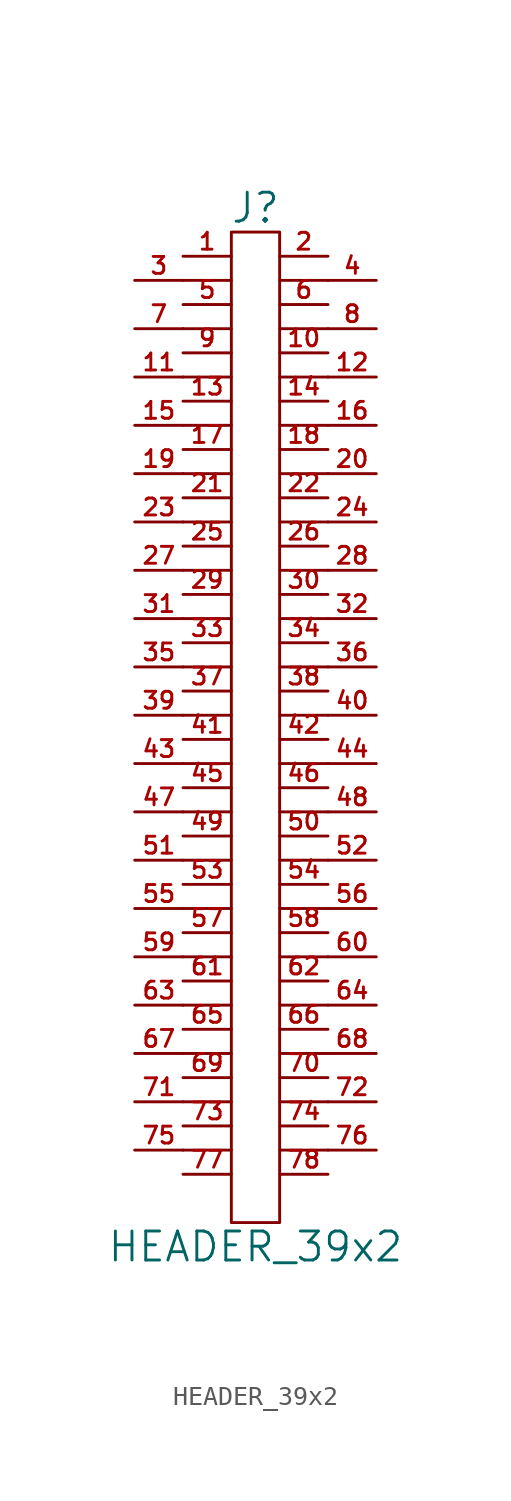
<source format=kicad_sym>
(kicad_symbol_lib
  (version 20211014)
  (generator kicad_symbol_editor)
  (symbol "HEADER_39x2"
    (pin_names
      (offset 0))
    (property "Reference" "J"
      (at 0 26.67 0)
      (effects (font (size 1.524 1.524))))
    (property "Value" "HEADER_39x2"
      (at 0 -27.94 0)
      (effects (font (size 1.524 1.524))))
    (property "Footprint" ""
      (at 0 0 0)
      (effects (font (size 1.524 1.524))))
    (property "Datasheet" ""
      (at 0 0 0)
      (effects (font (size 1.524 1.524))))
    (symbol "HEADER_39x2_0_1"
      (rectangle (start -1.27 25.4) (end 1.27 -26.67) (stroke (width 0) (type default) (color 0 0 0 0)) (fill (type none)))
      (polyline (pts (xy -3.81 -22.86) (xy -1.27 -22.86)) (stroke (width 0) (type default) (color 0 0 0 0)) (fill (type none)))
      (polyline (pts (xy -3.81 -20.32) (xy -1.27 -20.32)) (stroke (width 0) (type default) (color 0 0 0 0)) (fill (type none)))
      (polyline (pts (xy -3.81 -17.78) (xy -1.27 -17.78)) (stroke (width 0) (type default) (color 0 0 0 0)) (fill (type none)))
      (polyline (pts (xy -3.81 -15.24) (xy -1.27 -15.24)) (stroke (width 0) (type default) (color 0 0 0 0)) (fill (type none)))
      (polyline (pts (xy -3.81 -12.7) (xy -1.27 -12.7)) (stroke (width 0) (type default) (color 0 0 0 0)) (fill (type none)))
      (polyline (pts (xy -3.81 -10.16) (xy -1.27 -10.16)) (stroke (width 0) (type default) (color 0 0 0 0)) (fill (type none)))
      (polyline (pts (xy -3.81 -7.62) (xy -1.27 -7.62)) (stroke (width 0) (type default) (color 0 0 0 0)) (fill (type none)))
      (polyline (pts (xy -3.81 -5.08) (xy -1.27 -5.08)) (stroke (width 0) (type default) (color 0 0 0 0)) (fill (type none)))
      (polyline (pts (xy -3.81 -2.54) (xy -1.27 -2.54)) (stroke (width 0) (type default) (color 0 0 0 0)) (fill (type none)))
      (polyline (pts (xy -3.81 0) (xy -1.27 0)) (stroke (width 0) (type default) (color 0 0 0 0)) (fill (type none)))
      (polyline (pts (xy -3.81 2.54) (xy -1.27 2.54)) (stroke (width 0) (type default) (color 0 0 0 0)) (fill (type none)))
      (polyline (pts (xy -3.81 5.08) (xy -1.27 5.08)) (stroke (width 0) (type default) (color 0 0 0 0)) (fill (type none)))
      (polyline (pts (xy -3.81 7.62) (xy -1.27 7.62)) (stroke (width 0) (type default) (color 0 0 0 0)) (fill (type none)))
      (polyline (pts (xy -3.81 10.16) (xy -1.27 10.16)) (stroke (width 0) (type default) (color 0 0 0 0)) (fill (type none)))
      (polyline (pts (xy -3.81 12.7) (xy -1.27 12.7)) (stroke (width 0) (type default) (color 0 0 0 0)) (fill (type none)))
      (polyline (pts (xy -3.81 15.24) (xy -1.27 15.24)) (stroke (width 0) (type default) (color 0 0 0 0)) (fill (type none)))
      (polyline (pts (xy -3.81 17.78) (xy -1.27 17.78)) (stroke (width 0) (type default) (color 0 0 0 0)) (fill (type none)))
      (polyline (pts (xy -3.81 20.32) (xy -1.27 20.32)) (stroke (width 0) (type default) (color 0 0 0 0)) (fill (type none)))
      (polyline (pts (xy -3.81 22.86) (xy -1.27 22.86)) (stroke (width 0) (type default) (color 0 0 0 0)) (fill (type none)))
      (polyline (pts (xy 1.27 -22.86) (xy 3.81 -22.86)) (stroke (width 0) (type default) (color 0 0 0 0)) (fill (type none)))
      (polyline (pts (xy 1.27 -20.32) (xy 3.81 -20.32)) (stroke (width 0) (type default) (color 0 0 0 0)) (fill (type none)))
      (polyline (pts (xy 1.27 -17.78) (xy 3.81 -17.78)) (stroke (width 0) (type default) (color 0 0 0 0)) (fill (type none)))
      (polyline (pts (xy 1.27 -15.24) (xy 3.81 -15.24)) (stroke (width 0) (type default) (color 0 0 0 0)) (fill (type none)))
      (polyline (pts (xy 1.27 -12.7) (xy 3.81 -12.7)) (stroke (width 0) (type default) (color 0 0 0 0)) (fill (type none)))
      (polyline (pts (xy 1.27 -10.16) (xy 3.81 -10.16)) (stroke (width 0) (type default) (color 0 0 0 0)) (fill (type none)))
      (polyline (pts (xy 1.27 -7.62) (xy 3.81 -7.62)) (stroke (width 0) (type default) (color 0 0 0 0)) (fill (type none)))
      (polyline (pts (xy 1.27 -5.08) (xy 3.81 -5.08)) (stroke (width 0) (type default) (color 0 0 0 0)) (fill (type none)))
      (polyline (pts (xy 1.27 -2.54) (xy 3.81 -2.54)) (stroke (width 0) (type default) (color 0 0 0 0)) (fill (type none)))
      (polyline (pts (xy 1.27 0) (xy 3.81 0)) (stroke (width 0) (type default) (color 0 0 0 0)) (fill (type none)))
      (polyline (pts (xy 1.27 2.54) (xy 3.81 2.54)) (stroke (width 0) (type default) (color 0 0 0 0)) (fill (type none)))
      (polyline (pts (xy 1.27 5.08) (xy 3.81 5.08)) (stroke (width 0) (type default) (color 0 0 0 0)) (fill (type none)))
      (polyline (pts (xy 1.27 7.62) (xy 3.81 7.62)) (stroke (width 0) (type default) (color 0 0 0 0)) (fill (type none)))
      (polyline (pts (xy 1.27 10.16) (xy 3.81 10.16)) (stroke (width 0) (type default) (color 0 0 0 0)) (fill (type none)))
      (polyline (pts (xy 1.27 12.7) (xy 3.81 12.7)) (stroke (width 0) (type default) (color 0 0 0 0)) (fill (type none)))
      (polyline (pts (xy 1.27 15.24) (xy 3.81 15.24)) (stroke (width 0) (type default) (color 0 0 0 0)) (fill (type none)))
      (polyline (pts (xy 1.27 17.78) (xy 3.81 17.78)) (stroke (width 0) (type default) (color 0 0 0 0)) (fill (type none)))
      (polyline (pts (xy 1.27 20.32) (xy 3.81 20.32)) (stroke (width 0) (type default) (color 0 0 0 0)) (fill (type none)))
      (polyline (pts (xy 1.27 22.86) (xy 3.81 22.86)) (stroke (width 0) (type default) (color 0 0 0 0)) (fill (type none))))
    (symbol "HEADER_39x2_1_1"
      (pin passive line (at -3.81 24.13 0) (length 2.54) (name "~" (effects (font (size 1.27 1.27)))) (number "1" (effects (font (size 0.889 0.889)))))
      (pin passive line (at 3.81 19.05 180) (length 2.54) (name "~" (effects (font (size 1.27 1.27)))) (number "10" (effects (font (size 0.889 0.889)))))
      (pin passive line (at -6.35 17.78 0) (length 2.54) (name "~" (effects (font (size 1.27 1.27)))) (number "11" (effects (font (size 0.889 0.889)))))
      (pin passive line (at 6.35 17.78 180) (length 2.54) (name "~" (effects (font (size 1.27 1.27)))) (number "12" (effects (font (size 0.889 0.889)))))
      (pin passive line (at -3.81 16.51 0) (length 2.54) (name "~" (effects (font (size 1.27 1.27)))) (number "13" (effects (font (size 0.889 0.889)))))
      (pin passive line (at 3.81 16.51 180) (length 2.54) (name "~" (effects (font (size 1.27 1.27)))) (number "14" (effects (font (size 0.889 0.889)))))
      (pin passive line (at -6.35 15.24 0) (length 2.54) (name "~" (effects (font (size 1.27 1.27)))) (number "15" (effects (font (size 0.889 0.889)))))
      (pin passive line (at 6.35 15.24 180) (length 2.54) (name "~" (effects (font (size 1.27 1.27)))) (number "16" (effects (font (size 0.889 0.889)))))
      (pin passive line (at -3.81 13.97 0) (length 2.54) (name "~" (effects (font (size 1.27 1.27)))) (number "17" (effects (font (size 0.889 0.889)))))
      (pin passive line (at 3.81 13.97 180) (length 2.54) (name "~" (effects (font (size 1.27 1.27)))) (number "18" (effects (font (size 0.889 0.889)))))
      (pin passive line (at -6.35 12.7 0) (length 2.54) (name "~" (effects (font (size 1.27 1.27)))) (number "19" (effects (font (size 0.889 0.889)))))
      (pin passive line (at 3.81 24.13 180) (length 2.54) (name "~" (effects (font (size 1.27 1.27)))) (number "2" (effects (font (size 0.889 0.889)))))
      (pin passive line (at 6.35 12.7 180) (length 2.54) (name "~" (effects (font (size 1.27 1.27)))) (number "20" (effects (font (size 0.889 0.889)))))
      (pin passive line (at -3.81 11.43 0) (length 2.54) (name "~" (effects (font (size 1.27 1.27)))) (number "21" (effects (font (size 0.889 0.889)))))
      (pin passive line (at 3.81 11.43 180) (length 2.54) (name "~" (effects (font (size 1.27 1.27)))) (number "22" (effects (font (size 0.889 0.889)))))
      (pin passive line (at -6.35 10.16 0) (length 2.54) (name "~" (effects (font (size 1.27 1.27)))) (number "23" (effects (font (size 0.889 0.889)))))
      (pin passive line (at 6.35 10.16 180) (length 2.54) (name "~" (effects (font (size 1.27 1.27)))) (number "24" (effects (font (size 0.889 0.889)))))
      (pin passive line (at -3.81 8.89 0) (length 2.54) (name "~" (effects (font (size 1.27 1.27)))) (number "25" (effects (font (size 0.889 0.889)))))
      (pin passive line (at 3.81 8.89 180) (length 2.54) (name "~" (effects (font (size 1.27 1.27)))) (number "26" (effects (font (size 0.889 0.889)))))
      (pin passive line (at -6.35 7.62 0) (length 2.54) (name "~" (effects (font (size 1.27 1.27)))) (number "27" (effects (font (size 0.889 0.889)))))
      (pin passive line (at 6.35 7.62 180) (length 2.54) (name "~" (effects (font (size 1.27 1.27)))) (number "28" (effects (font (size 0.889 0.889)))))
      (pin passive line (at -3.81 6.35 0) (length 2.54) (name "~" (effects (font (size 1.27 1.27)))) (number "29" (effects (font (size 0.889 0.889)))))
      (pin passive line (at -6.35 22.86 0) (length 2.54) (name "~" (effects (font (size 1.27 1.27)))) (number "3" (effects (font (size 0.889 0.889)))))
      (pin passive line (at 3.81 6.35 180) (length 2.54) (name "~" (effects (font (size 1.27 1.27)))) (number "30" (effects (font (size 0.889 0.889)))))
      (pin passive line (at -6.35 5.08 0) (length 2.54) (name "~" (effects (font (size 1.27 1.27)))) (number "31" (effects (font (size 0.889 0.889)))))
      (pin passive line (at 6.35 5.08 180) (length 2.54) (name "~" (effects (font (size 1.27 1.27)))) (number "32" (effects (font (size 0.889 0.889)))))
      (pin passive line (at -3.81 3.81 0) (length 2.54) (name "~" (effects (font (size 1.27 1.27)))) (number "33" (effects (font (size 0.889 0.889)))))
      (pin passive line (at 3.81 3.81 180) (length 2.54) (name "~" (effects (font (size 1.27 1.27)))) (number "34" (effects (font (size 0.889 0.889)))))
      (pin passive line (at -6.35 2.54 0) (length 2.54) (name "~" (effects (font (size 1.27 1.27)))) (number "35" (effects (font (size 0.889 0.889)))))
      (pin passive line (at 6.35 2.54 180) (length 2.54) (name "~" (effects (font (size 1.27 1.27)))) (number "36" (effects (font (size 0.889 0.889)))))
      (pin passive line (at -3.81 1.27 0) (length 2.54) (name "~" (effects (font (size 0.889 0.889)))) (number "37" (effects (font (size 0.889 0.889)))))
      (pin passive line (at 3.81 1.27 180) (length 2.54) (name "~" (effects (font (size 1.27 1.27)))) (number "38" (effects (font (size 0.889 0.889)))))
      (pin passive line (at -6.35 0 0) (length 2.54) (name "~" (effects (font (size 1.27 1.27)))) (number "39" (effects (font (size 0.889 0.889)))))
      (pin passive line (at 6.35 22.86 180) (length 2.54) (name "~" (effects (font (size 1.27 1.27)))) (number "4" (effects (font (size 0.889 0.889)))))
      (pin passive line (at 6.35 0 180) (length 2.54) (name "~" (effects (font (size 1.27 1.27)))) (number "40" (effects (font (size 0.889 0.889)))))
      (pin passive line (at -3.81 -1.27 0) (length 2.54) (name "~" (effects (font (size 1.27 1.27)))) (number "41" (effects (font (size 0.889 0.889)))))
      (pin passive line (at 3.81 -1.27 180) (length 2.54) (name "~" (effects (font (size 1.27 1.27)))) (number "42" (effects (font (size 0.889 0.889)))))
      (pin passive line (at -6.35 -2.54 0) (length 2.54) (name "~" (effects (font (size 1.27 1.27)))) (number "43" (effects (font (size 0.889 0.889)))))
      (pin passive line (at 6.35 -2.54 180) (length 2.54) (name "~" (effects (font (size 1.27 1.27)))) (number "44" (effects (font (size 0.889 0.889)))))
      (pin passive line (at -3.81 -3.81 0) (length 2.54) (name "~" (effects (font (size 1.27 1.27)))) (number "45" (effects (font (size 0.889 0.889)))))
      (pin passive line (at 3.81 -3.81 180) (length 2.54) (name "~" (effects (font (size 1.27 1.27)))) (number "46" (effects (font (size 0.889 0.889)))))
      (pin passive line (at -6.35 -5.08 0) (length 2.54) (name "~" (effects (font (size 1.27 1.27)))) (number "47" (effects (font (size 0.889 0.889)))))
      (pin passive line (at 6.35 -5.08 180) (length 2.54) (name "~" (effects (font (size 1.27 1.27)))) (number "48" (effects (font (size 0.889 0.889)))))
      (pin passive line (at -3.81 -6.35 0) (length 2.54) (name "~" (effects (font (size 1.27 1.27)))) (number "49" (effects (font (size 0.889 0.889)))))
      (pin passive line (at -3.81 21.59 0) (length 2.54) (name "~" (effects (font (size 1.27 1.27)))) (number "5" (effects (font (size 0.889 0.889)))))
      (pin passive line (at 3.81 -6.35 180) (length 2.54) (name "~" (effects (font (size 1.27 1.27)))) (number "50" (effects (font (size 0.889 0.889)))))
      (pin passive line (at -6.35 -7.62 0) (length 2.54) (name "~" (effects (font (size 1.27 1.27)))) (number "51" (effects (font (size 0.889 0.889)))))
      (pin passive line (at 6.35 -7.62 180) (length 2.54) (name "~" (effects (font (size 1.27 1.27)))) (number "52" (effects (font (size 0.889 0.889)))))
      (pin passive line (at -3.81 -8.89 0) (length 2.54) (name "~" (effects (font (size 1.27 1.27)))) (number "53" (effects (font (size 0.889 0.889)))))
      (pin passive line (at 3.81 -8.89 180) (length 2.54) (name "~" (effects (font (size 1.27 1.27)))) (number "54" (effects (font (size 0.889 0.889)))))
      (pin passive line (at -6.35 -10.16 0) (length 2.54) (name "~" (effects (font (size 1.27 1.27)))) (number "55" (effects (font (size 0.889 0.889)))))
      (pin passive line (at 6.35 -10.16 180) (length 2.54) (name "~" (effects (font (size 1.27 1.27)))) (number "56" (effects (font (size 0.889 0.889)))))
      (pin passive line (at -3.81 -11.43 0) (length 2.54) (name "~" (effects (font (size 1.27 1.27)))) (number "57" (effects (font (size 0.889 0.889)))))
      (pin passive line (at 3.81 -11.43 180) (length 2.54) (name "~" (effects (font (size 1.27 1.27)))) (number "58" (effects (font (size 0.889 0.889)))))
      (pin passive line (at -6.35 -12.7 0) (length 2.54) (name "~" (effects (font (size 1.27 1.27)))) (number "59" (effects (font (size 0.889 0.889)))))
      (pin passive line (at 3.81 21.59 180) (length 2.54) (name "~" (effects (font (size 1.27 1.27)))) (number "6" (effects (font (size 0.889 0.889)))))
      (pin passive line (at 6.35 -12.7 180) (length 2.54) (name "~" (effects (font (size 1.27 1.27)))) (number "60" (effects (font (size 0.889 0.889)))))
      (pin passive line (at -3.81 -13.97 0) (length 2.54) (name "~" (effects (font (size 1.27 1.27)))) (number "61" (effects (font (size 0.889 0.889)))))
      (pin passive line (at 3.81 -13.97 180) (length 2.54) (name "~" (effects (font (size 1.27 1.27)))) (number "62" (effects (font (size 0.889 0.889)))))
      (pin passive line (at -6.35 -15.24 0) (length 2.54) (name "~" (effects (font (size 1.27 1.27)))) (number "63" (effects (font (size 0.889 0.889)))))
      (pin passive line (at 6.35 -15.24 180) (length 2.54) (name "~" (effects (font (size 1.27 1.27)))) (number "64" (effects (font (size 0.889 0.889)))))
      (pin passive line (at -3.81 -16.51 0) (length 2.54) (name "~" (effects (font (size 1.27 1.27)))) (number "65" (effects (font (size 0.889 0.889)))))
      (pin passive line (at 3.81 -16.51 180) (length 2.54) (name "~" (effects (font (size 1.27 1.27)))) (number "66" (effects (font (size 0.889 0.889)))))
      (pin passive line (at -6.35 -17.78 0) (length 2.54) (name "~" (effects (font (size 1.27 1.27)))) (number "67" (effects (font (size 0.889 0.889)))))
      (pin passive line (at 6.35 -17.78 180) (length 2.54) (name "~" (effects (font (size 1.27 1.27)))) (number "68" (effects (font (size 0.889 0.889)))))
      (pin passive line (at -3.81 -19.05 0) (length 2.54) (name "~" (effects (font (size 1.27 1.27)))) (number "69" (effects (font (size 0.889 0.889)))))
      (pin passive line (at -6.35 20.32 0) (length 2.54) (name "~" (effects (font (size 1.27 1.27)))) (number "7" (effects (font (size 0.889 0.889)))))
      (pin passive line (at 3.81 -19.05 180) (length 2.54) (name "~" (effects (font (size 1.27 1.27)))) (number "70" (effects (font (size 0.889 0.889)))))
      (pin passive line (at -6.35 -20.32 0) (length 2.54) (name "~" (effects (font (size 1.27 1.27)))) (number "71" (effects (font (size 0.889 0.889)))))
      (pin passive line (at 6.35 -20.32 180) (length 2.54) (name "~" (effects (font (size 1.27 1.27)))) (number "72" (effects (font (size 0.889 0.889)))))
      (pin passive line (at -3.81 -21.59 0) (length 2.54) (name "~" (effects (font (size 1.27 1.27)))) (number "73" (effects (font (size 0.889 0.889)))))
      (pin passive line (at 3.81 -21.59 180) (length 2.54) (name "~" (effects (font (size 1.27 1.27)))) (number "74" (effects (font (size 0.889 0.889)))))
      (pin passive line (at -6.35 -22.86 0) (length 2.54) (name "~" (effects (font (size 1.27 1.27)))) (number "75" (effects (font (size 0.889 0.889)))))
      (pin passive line (at 6.35 -22.86 180) (length 2.54) (name "~" (effects (font (size 1.27 1.27)))) (number "76" (effects (font (size 0.889 0.889)))))
      (pin passive line (at -3.81 -24.13 0) (length 2.54) (name "~" (effects (font (size 1.27 1.27)))) (number "77" (effects (font (size 0.889 0.889)))))
      (pin passive line (at 3.81 -24.13 180) (length 2.54) (name "~" (effects (font (size 1.27 1.27)))) (number "78" (effects (font (size 0.889 0.889)))))
      (pin passive line (at 6.35 20.32 180) (length 2.54) (name "~" (effects (font (size 1.27 1.27)))) (number "8" (effects (font (size 0.889 0.889)))))
      (pin passive line (at -3.81 19.05 0) (length 2.54) (name "~" (effects (font (size 1.27 1.27)))) (number "9" (effects (font (size 0.889 0.889))))))))
</source>
